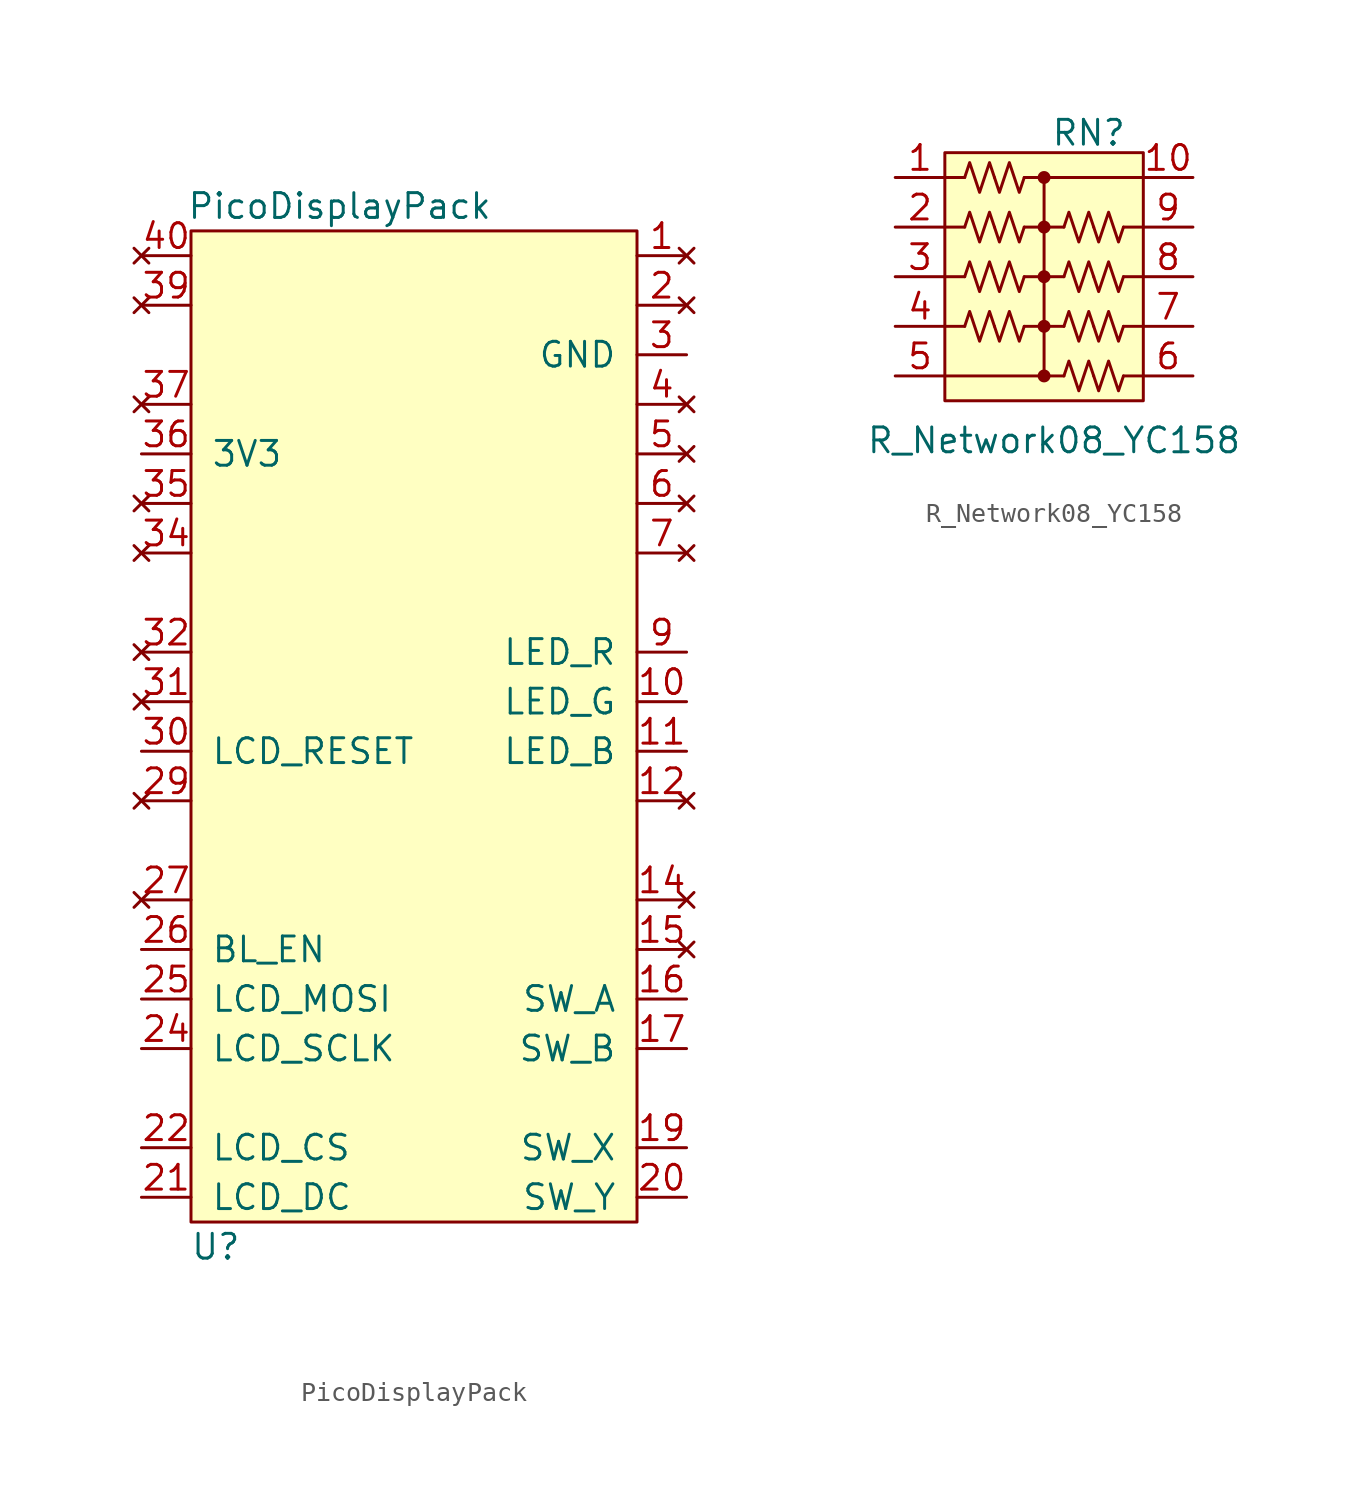
<source format=kicad_sym>
(kicad_symbol_lib
  (version 20211014)
  (generator kicad_symbol_editor)
  (symbol "PicoDisplayPack"
    (pin_names
      (offset 1.016))
    (property "Reference" "U"
      (at -16.51 -40.64 0)
      (effects (font (size 1.27 1.27))))
    (property "Value" "PicoDisplayPack"
      (at -10.16 12.7 0)
      (effects (font (size 1.27 1.27))))
    (symbol "PicoDisplayPack_0_1"
      (rectangle (start 5.08 11.43) (end -17.78 -39.37) (stroke (width 0) (type default) (color 0 0 0 0)) (fill (type background))))
    (symbol "PicoDisplayPack_1_1"
      (pin no_connect line (at 7.62 10.16 180) (length 2.54) (name "~" (effects (font (size 1.27 1.27)))) (number "1" (effects (font (size 1.27 1.27)))))
      (pin input line (at 7.62 -12.7 180) (length 2.54) (name "LED_G" (effects (font (size 1.27 1.27)))) (number "10" (effects (font (size 1.27 1.27)))))
      (pin input line (at 7.62 -15.24 180) (length 2.54) (name "LED_B" (effects (font (size 1.27 1.27)))) (number "11" (effects (font (size 1.27 1.27)))))
      (pin no_connect line (at 7.62 -17.78 180) (length 2.54) (name "~" (effects (font (size 1.27 1.27)))) (number "12" (effects (font (size 1.27 1.27)))))
      (pin power_in line (at 7.62 5.08 180) (length 2.54) hide (name "GND" (effects (font (size 1.27 1.27)))) (number "13" (effects (font (size 1.27 1.27)))))
      (pin no_connect line (at 7.62 -22.86 180) (length 2.54) (name "~" (effects (font (size 1.27 1.27)))) (number "14" (effects (font (size 1.27 1.27)))))
      (pin no_connect line (at 7.62 -25.4 180) (length 2.54) (name "~" (effects (font (size 1.27 1.27)))) (number "15" (effects (font (size 1.27 1.27)))))
      (pin output line (at 7.62 -27.94 180) (length 2.54) (name "SW_A" (effects (font (size 1.27 1.27)))) (number "16" (effects (font (size 1.27 1.27)))))
      (pin output line (at 7.62 -30.48 180) (length 2.54) (name "SW_B" (effects (font (size 1.27 1.27)))) (number "17" (effects (font (size 1.27 1.27)))))
      (pin power_in line (at 7.62 5.08 180) (length 2.54) hide (name "GND" (effects (font (size 1.27 1.27)))) (number "18" (effects (font (size 1.27 1.27)))))
      (pin output line (at 7.62 -35.56 180) (length 2.54) (name "SW_X" (effects (font (size 1.27 1.27)))) (number "19" (effects (font (size 1.27 1.27)))))
      (pin no_connect line (at 7.62 7.62 180) (length 2.54) (name "~" (effects (font (size 1.27 1.27)))) (number "2" (effects (font (size 1.27 1.27)))))
      (pin output line (at 7.62 -38.1 180) (length 2.54) (name "SW_Y" (effects (font (size 1.27 1.27)))) (number "20" (effects (font (size 1.27 1.27)))))
      (pin input line (at -20.32 -38.1 0) (length 2.54) (name "LCD_DC" (effects (font (size 1.27 1.27)))) (number "21" (effects (font (size 1.27 1.27)))))
      (pin input line (at -20.32 -35.56 0) (length 2.54) (name "LCD_CS" (effects (font (size 1.27 1.27)))) (number "22" (effects (font (size 1.27 1.27)))))
      (pin power_in line (at 7.62 5.08 180) (length 2.54) hide (name "GND" (effects (font (size 1.27 1.27)))) (number "23" (effects (font (size 1.27 1.27)))))
      (pin input line (at -20.32 -30.48 0) (length 2.54) (name "LCD_SCLK" (effects (font (size 1.27 1.27)))) (number "24" (effects (font (size 1.27 1.27)))))
      (pin input line (at -20.32 -27.94 0) (length 2.54) (name "LCD_MOSI" (effects (font (size 1.27 1.27)))) (number "25" (effects (font (size 1.27 1.27)))))
      (pin input line (at -20.32 -25.4 0) (length 2.54) (name "BL_EN" (effects (font (size 1.27 1.27)))) (number "26" (effects (font (size 1.27 1.27)))))
      (pin no_connect line (at -20.32 -22.86 0) (length 2.54) (name "~" (effects (font (size 1.27 1.27)))) (number "27" (effects (font (size 1.27 1.27)))))
      (pin power_in line (at 7.62 5.08 180) (length 2.54) hide (name "GND" (effects (font (size 1.27 1.27)))) (number "28" (effects (font (size 1.27 1.27)))))
      (pin no_connect line (at -20.32 -17.78 0) (length 2.54) (name "~" (effects (font (size 1.27 1.27)))) (number "29" (effects (font (size 1.27 1.27)))))
      (pin power_in line (at 7.62 5.08 180) (length 2.54) (name "GND" (effects (font (size 1.27 1.27)))) (number "3" (effects (font (size 1.27 1.27)))))
      (pin input line (at -20.32 -15.24 0) (length 2.54) (name "LCD_RESET" (effects (font (size 1.27 1.27)))) (number "30" (effects (font (size 1.27 1.27)))))
      (pin no_connect line (at -20.32 -12.7 0) (length 2.54) (name "~" (effects (font (size 1.27 1.27)))) (number "31" (effects (font (size 1.27 1.27)))))
      (pin no_connect line (at -20.32 -10.16 0) (length 2.54) (name "~" (effects (font (size 1.27 1.27)))) (number "32" (effects (font (size 1.27 1.27)))))
      (pin power_in line (at 7.62 5.08 180) (length 2.54) hide (name "GND" (effects (font (size 1.27 1.27)))) (number "33" (effects (font (size 1.27 1.27)))))
      (pin no_connect line (at -20.32 -5.08 0) (length 2.54) (name "~" (effects (font (size 1.27 1.27)))) (number "34" (effects (font (size 1.27 1.27)))))
      (pin no_connect line (at -20.32 -2.54 0) (length 2.54) (name "~" (effects (font (size 1.27 1.27)))) (number "35" (effects (font (size 1.27 1.27)))))
      (pin power_in line (at -20.32 0 0) (length 2.54) (name "3V3" (effects (font (size 1.27 1.27)))) (number "36" (effects (font (size 1.27 1.27)))))
      (pin no_connect line (at -20.32 2.54 0) (length 2.54) (name "~" (effects (font (size 1.27 1.27)))) (number "37" (effects (font (size 1.27 1.27)))))
      (pin power_in line (at 7.62 5.08 180) (length 2.54) hide (name "GND" (effects (font (size 1.27 1.27)))) (number "38" (effects (font (size 1.27 1.27)))))
      (pin no_connect line (at -20.32 7.62 0) (length 2.54) (name "~" (effects (font (size 1.27 1.27)))) (number "39" (effects (font (size 1.27 1.27)))))
      (pin no_connect line (at 7.62 2.54 180) (length 2.54) (name "~" (effects (font (size 1.27 1.27)))) (number "4" (effects (font (size 1.27 1.27)))))
      (pin no_connect line (at -20.32 10.16 0) (length 2.54) (name "~" (effects (font (size 1.27 1.27)))) (number "40" (effects (font (size 1.27 1.27)))))
      (pin no_connect line (at 7.62 0 180) (length 2.54) (name "~" (effects (font (size 1.27 1.27)))) (number "5" (effects (font (size 1.27 1.27)))))
      (pin no_connect line (at 7.62 -2.54 180) (length 2.54) (name "~" (effects (font (size 1.27 1.27)))) (number "6" (effects (font (size 1.27 1.27)))))
      (pin no_connect line (at 7.62 -5.08 180) (length 2.54) (name "~" (effects (font (size 1.27 1.27)))) (number "7" (effects (font (size 1.27 1.27)))))
      (pin power_in line (at 7.62 5.08 180) (length 2.54) hide (name "GND" (effects (font (size 1.27 1.27)))) (number "8" (effects (font (size 1.27 1.27)))))
      (pin input line (at 7.62 -10.16 180) (length 2.54) (name "LED_R" (effects (font (size 1.27 1.27)))) (number "9" (effects (font (size 1.27 1.27)))))))
  (symbol "R_Network08_YC158"
    (pin_names
      (offset 0) hide)
    (property "Reference" "RN"
      (at 2.286 7.366 0)
      (effects (font (size 1.27 1.27))))
    (property "Value" "R_Network08_YC158"
      (at 0.508 -8.382 0)
      (effects (font (size 1.27 1.27))))
    (symbol "R_Network08_YC158_0_1"
      (rectangle (start -5.08 -5.08) (end 0 -5.08) (stroke (width 0) (type default) (color 0 0 0 0)) (fill (type none)))
      (rectangle (start -5.08 6.35) (end 5.08 -6.35) (stroke (width 0) (type default) (color 0 0 0 0)) (fill (type background)))
      (rectangle (start 0 -5.08) (end 0 5.08) (stroke (width 0) (type default) (color 0 0 0 0)) (fill (type none)))
      (circle (center 0 -5.08) (radius 0.254) (stroke (width 0) (type default) (color 0 0 0 0)) (fill (type outline)))
      (circle (center 0 -2.54) (radius 0.254) (stroke (width 0) (type default) (color 0 0 0 0)) (fill (type outline)))
      (polyline (pts (xy -5.08 2.54) (xy -4.064 2.54)) (stroke (width 0) (type default) (color 0 0 0 0)) (fill (type none)))
      (polyline (pts (xy -5.08 5.08) (xy -4.064 5.08)) (stroke (width 0) (type default) (color 0 0 0 0)) (fill (type none)))
      (polyline (pts (xy -4.064 -2.54) (xy -5.08 -2.54)) (stroke (width 0) (type default) (color 0 0 0 0)) (fill (type none)))
      (polyline (pts (xy -4.064 0) (xy -5.08 0)) (stroke (width 0) (type default) (color 0 0 0 0)) (fill (type none)))
      (polyline (pts (xy -1.016 2.54) (xy 0 2.54)) (stroke (width 0) (type default) (color 0 0 0 0)) (fill (type none)))
      (polyline (pts (xy -1.016 5.08) (xy 0 5.08)) (stroke (width 0) (type default) (color 0 0 0 0)) (fill (type none)))
      (polyline (pts (xy 0 -5.08) (xy 1.016 -5.08)) (stroke (width 0) (type default) (color 0 0 0 0)) (fill (type none)))
      (polyline (pts (xy 1.016 -2.54) (xy -1.016 -2.54)) (stroke (width 0) (type default) (color 0 0 0 0)) (fill (type none)))
      (polyline (pts (xy 1.016 0) (xy -1.016 0)) (stroke (width 0) (type default) (color 0 0 0 0)) (fill (type none)))
      (polyline (pts (xy 1.016 2.54) (xy 0 2.54)) (stroke (width 0) (type default) (color 0 0 0 0)) (fill (type none)))
      (polyline (pts (xy 5.08 -5.08) (xy 4.064 -5.08)) (stroke (width 0) (type default) (color 0 0 0 0)) (fill (type none)))
      (polyline (pts (xy 5.08 -2.54) (xy 4.064 -2.54)) (stroke (width 0) (type default) (color 0 0 0 0)) (fill (type none)))
      (polyline (pts (xy 5.08 0) (xy 4.064 0)) (stroke (width 0) (type default) (color 0 0 0 0)) (fill (type none)))
      (polyline (pts (xy 5.08 2.54) (xy 4.064 2.54)) (stroke (width 0) (type default) (color 0 0 0 0)) (fill (type none)))
      (circle (center 0 0) (radius 0.254) (stroke (width 0) (type default) (color 0 0 0 0)) (fill (type outline)))
      (circle (center 0 2.54) (radius 0.254) (stroke (width 0) (type default) (color 0 0 0 0)) (fill (type outline)))
      (circle (center 0 5.08) (radius 0.254) (stroke (width 0) (type default) (color 0 0 0 0)) (fill (type outline)))
      (rectangle (start 0 5.08) (end 5.08 5.08) (stroke (width 0) (type default) (color 0 0 0 0)) (fill (type none))))
    (symbol "R_Network08_YC158_1_1"
      (polyline (pts (xy -2.54 -2.54) (xy -2.794 -1.778) (xy -3.302 -3.302) (xy -3.81 -1.778) (xy -4.064 -2.54)) (stroke (width 0) (type default) (color 0 0 0 0)) (fill (type none)))
      (polyline (pts (xy -2.54 -2.54) (xy -2.286 -3.302) (xy -1.778 -1.778) (xy -1.27 -3.302) (xy -1.016 -2.54)) (stroke (width 0) (type default) (color 0 0 0 0)) (fill (type none)))
      (polyline (pts (xy -2.54 0) (xy -2.794 0.762) (xy -3.302 -0.762) (xy -3.81 0.762) (xy -4.064 0)) (stroke (width 0) (type default) (color 0 0 0 0)) (fill (type none)))
      (polyline (pts (xy -2.54 0) (xy -2.286 -0.762) (xy -1.778 0.762) (xy -1.27 -0.762) (xy -1.016 0)) (stroke (width 0) (type default) (color 0 0 0 0)) (fill (type none)))
      (polyline (pts (xy -2.54 2.54) (xy -2.794 3.302) (xy -3.302 1.778) (xy -3.81 3.302) (xy -4.064 2.54)) (stroke (width 0) (type default) (color 0 0 0 0)) (fill (type none)))
      (polyline (pts (xy -2.54 2.54) (xy -2.286 1.778) (xy -1.778 3.302) (xy -1.27 1.778) (xy -1.016 2.54)) (stroke (width 0) (type default) (color 0 0 0 0)) (fill (type none)))
      (polyline (pts (xy -2.54 5.08) (xy -2.794 5.842) (xy -3.302 4.318) (xy -3.81 5.842) (xy -4.064 5.08)) (stroke (width 0) (type default) (color 0 0 0 0)) (fill (type none)))
      (polyline (pts (xy -2.54 5.08) (xy -2.286 4.318) (xy -1.778 5.842) (xy -1.27 4.318) (xy -1.016 5.08)) (stroke (width 0) (type default) (color 0 0 0 0)) (fill (type none)))
      (polyline (pts (xy 2.54 -5.08) (xy 2.286 -4.318) (xy 1.778 -5.842) (xy 1.27 -4.318) (xy 1.016 -5.08)) (stroke (width 0) (type default) (color 0 0 0 0)) (fill (type none)))
      (polyline (pts (xy 2.54 -5.08) (xy 2.794 -5.842) (xy 3.302 -4.318) (xy 3.81 -5.842) (xy 4.064 -5.08)) (stroke (width 0) (type default) (color 0 0 0 0)) (fill (type none)))
      (polyline (pts (xy 2.54 -2.54) (xy 2.286 -1.778) (xy 1.778 -3.302) (xy 1.27 -1.778) (xy 1.016 -2.54)) (stroke (width 0) (type default) (color 0 0 0 0)) (fill (type none)))
      (polyline (pts (xy 2.54 -2.54) (xy 2.794 -3.302) (xy 3.302 -1.778) (xy 3.81 -3.302) (xy 4.064 -2.54)) (stroke (width 0) (type default) (color 0 0 0 0)) (fill (type none)))
      (polyline (pts (xy 2.54 0) (xy 2.286 0.762) (xy 1.778 -0.762) (xy 1.27 0.762) (xy 1.016 0)) (stroke (width 0) (type default) (color 0 0 0 0)) (fill (type none)))
      (polyline (pts (xy 2.54 0) (xy 2.794 -0.762) (xy 3.302 0.762) (xy 3.81 -0.762) (xy 4.064 0)) (stroke (width 0) (type default) (color 0 0 0 0)) (fill (type none)))
      (polyline (pts (xy 2.54 2.54) (xy 2.286 3.302) (xy 1.778 1.778) (xy 1.27 3.302) (xy 1.016 2.54)) (stroke (width 0) (type default) (color 0 0 0 0)) (fill (type none)))
      (polyline (pts (xy 2.54 2.54) (xy 2.794 1.778) (xy 3.302 3.302) (xy 3.81 1.778) (xy 4.064 2.54)) (stroke (width 0) (type default) (color 0 0 0 0)) (fill (type none)))
      (pin passive line (at -7.62 5.08 0) (length 2.54) (name "~" (effects (font (size 1.27 1.27)))) (number "1" (effects (font (size 1.27 1.27)))))
      (pin passive line (at 7.62 5.08 180) (length 2.54) (name "~" (effects (font (size 1.27 1.27)))) (number "10" (effects (font (size 1.27 1.27)))))
      (pin passive line (at -7.62 2.54 0) (length 2.54) (name "R1" (effects (font (size 1.27 1.27)))) (number "2" (effects (font (size 1.27 1.27)))))
      (pin passive line (at -7.62 0 0) (length 2.54) (name "R2" (effects (font (size 1.27 1.27)))) (number "3" (effects (font (size 1.27 1.27)))))
      (pin passive line (at -7.62 -2.54 0) (length 2.54) (name "R3" (effects (font (size 1.27 1.27)))) (number "4" (effects (font (size 1.27 1.27)))))
      (pin passive line (at -7.62 -5.08 0) (length 2.54) (name "R4" (effects (font (size 1.27 1.27)))) (number "5" (effects (font (size 1.27 1.27)))))
      (pin passive line (at 7.62 -5.08 180) (length 2.54) (name "R5" (effects (font (size 1.27 1.27)))) (number "6" (effects (font (size 1.27 1.27)))))
      (pin passive line (at 7.62 -2.54 180) (length 2.54) (name "R6" (effects (font (size 1.27 1.27)))) (number "7" (effects (font (size 1.27 1.27)))))
      (pin passive line (at 7.62 0 180) (length 2.54) (name "R7" (effects (font (size 1.27 1.27)))) (number "8" (effects (font (size 1.27 1.27)))))
      (pin passive line (at 7.62 2.54 180) (length 2.54) (name "R8" (effects (font (size 1.27 1.27)))) (number "9" (effects (font (size 1.27 1.27))))))))
</source>
